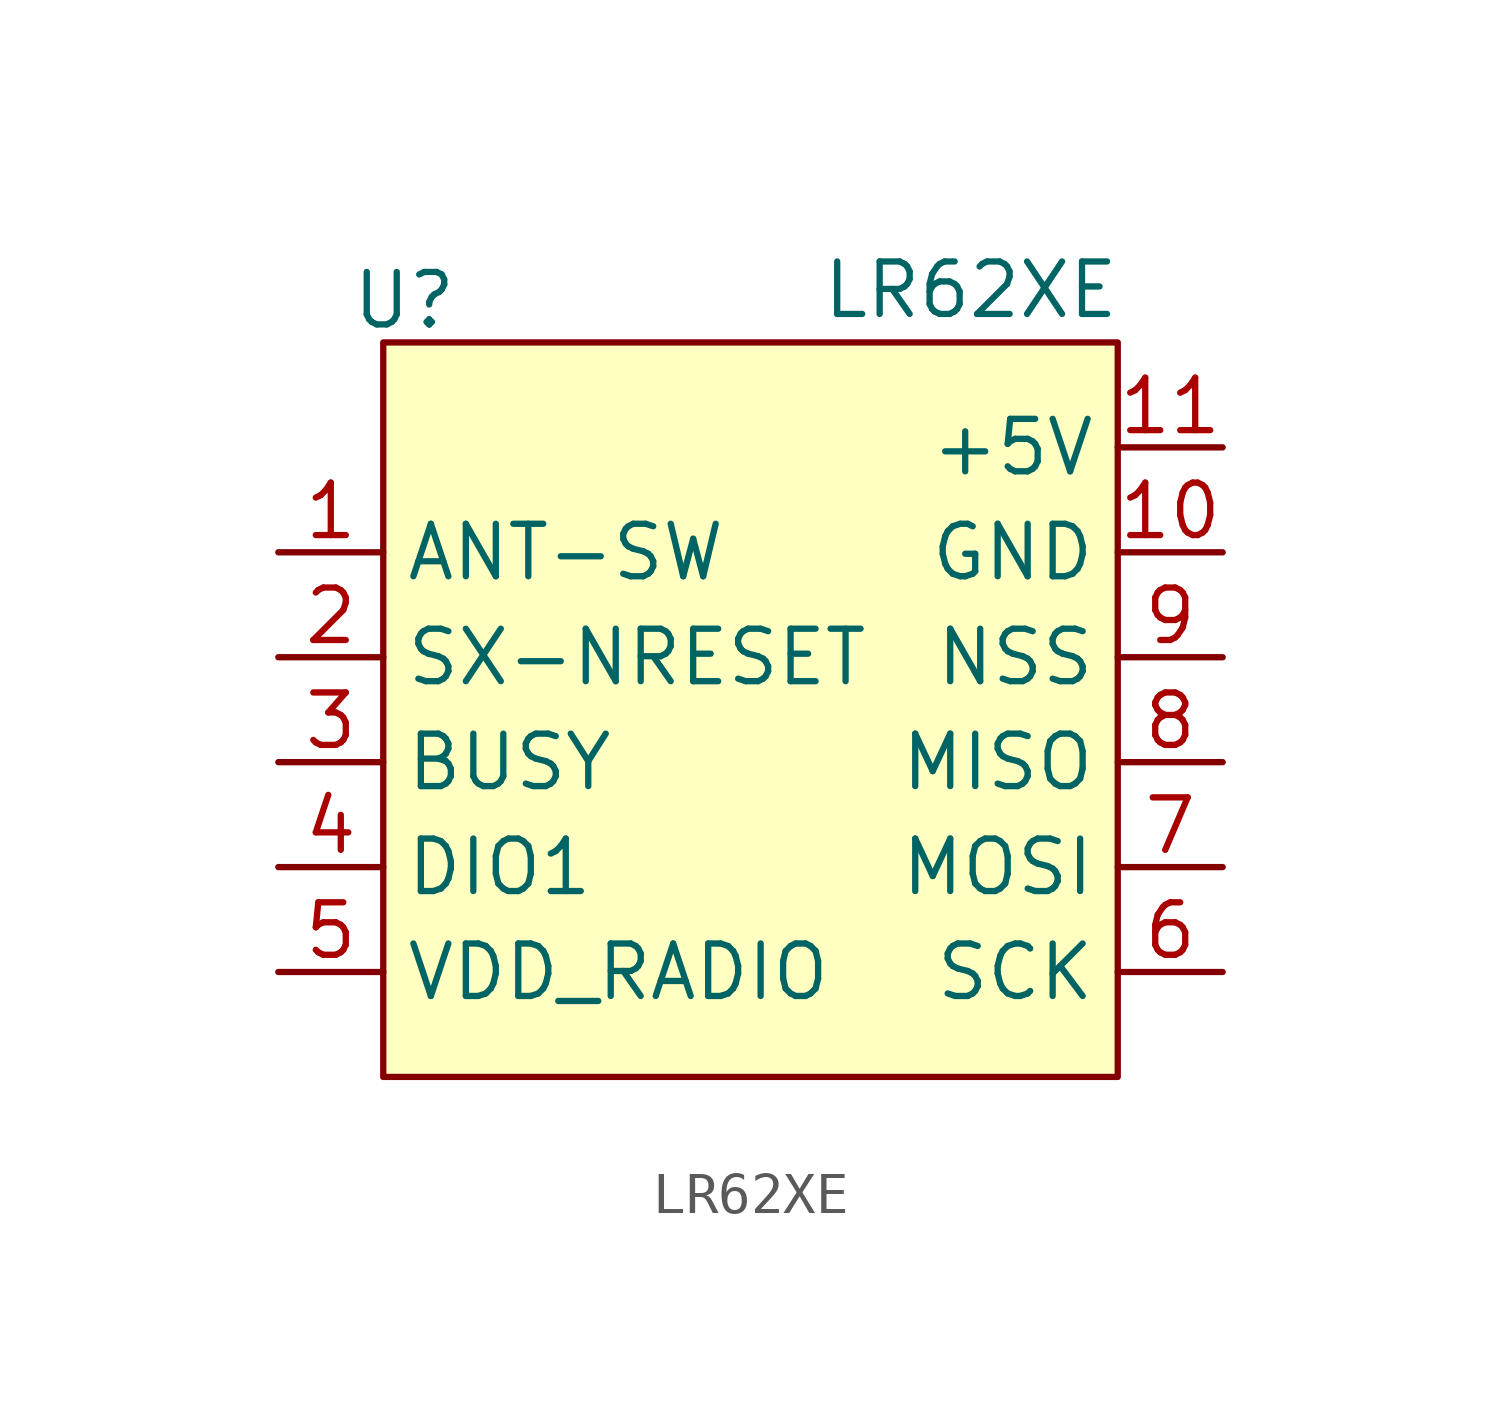
<source format=kicad_sym>
(kicad_symbol_lib
  (version 20231120)
  (generator "kicad_symbol_editor")
  (generator_version "8.0")
  (symbol "LR62XE"
    (property "Reference" "U"
      (at -8.382 9.906 0)
      (effects (font (size 1.27 1.27))))
    (property "Value" "LR62XE"
      (at 5.334 10.16 0)
      (effects (font (size 1.27 1.27))))
    (symbol "LR62XE_1_1"
      (rectangle (start -8.89 8.89) (end 8.89 -8.89) (stroke (width 0) (type default)) (fill (type background)))
      (pin input line (at -11.43 3.81 0) (length 2.54) (name "ANT-SW" (effects (font (size 1.27 1.27)))) (number "1" (effects (font (size 1.27 1.27)))))
      (pin input line (at 11.43 3.81 180) (length 2.54) (name "GND" (effects (font (size 1.27 1.27)))) (number "10" (effects (font (size 1.27 1.27)))))
      (pin input line (at 11.43 6.35 180) (length 2.54) (name "+5V" (effects (font (size 1.27 1.27)))) (number "11" (effects (font (size 1.27 1.27)))))
      (pin input line (at 11.43 3.81 180) (length 2.54) hide (name "GND" (effects (font (size 1.27 1.27)))) (number "12" (effects (font (size 1.27 1.27)))))
      (pin input line (at -11.43 1.27 0) (length 2.54) (name "SX-NRESET" (effects (font (size 1.27 1.27)))) (number "2" (effects (font (size 1.27 1.27)))))
      (pin input line (at -11.43 -1.27 0) (length 2.54) (name "BUSY" (effects (font (size 1.27 1.27)))) (number "3" (effects (font (size 1.27 1.27)))))
      (pin input line (at -11.43 -3.81 0) (length 2.54) (name "DIO1" (effects (font (size 1.27 1.27)))) (number "4" (effects (font (size 1.27 1.27)))))
      (pin input line (at -11.43 -6.35 0) (length 2.54) (name "VDD_RADIO" (effects (font (size 1.27 1.27)))) (number "5" (effects (font (size 1.27 1.27)))))
      (pin input line (at 11.43 -6.35 180) (length 2.54) (name "SCK" (effects (font (size 1.27 1.27)))) (number "6" (effects (font (size 1.27 1.27)))))
      (pin input line (at 11.43 -3.81 180) (length 2.54) (name "MOSI" (effects (font (size 1.27 1.27)))) (number "7" (effects (font (size 1.27 1.27)))))
      (pin input line (at 11.43 -1.27 180) (length 2.54) (name "MISO" (effects (font (size 1.27 1.27)))) (number "8" (effects (font (size 1.27 1.27)))))
      (pin input line (at 11.43 1.27 180) (length 2.54) (name "NSS" (effects (font (size 1.27 1.27)))) (number "9" (effects (font (size 1.27 1.27))))))))
</source>
